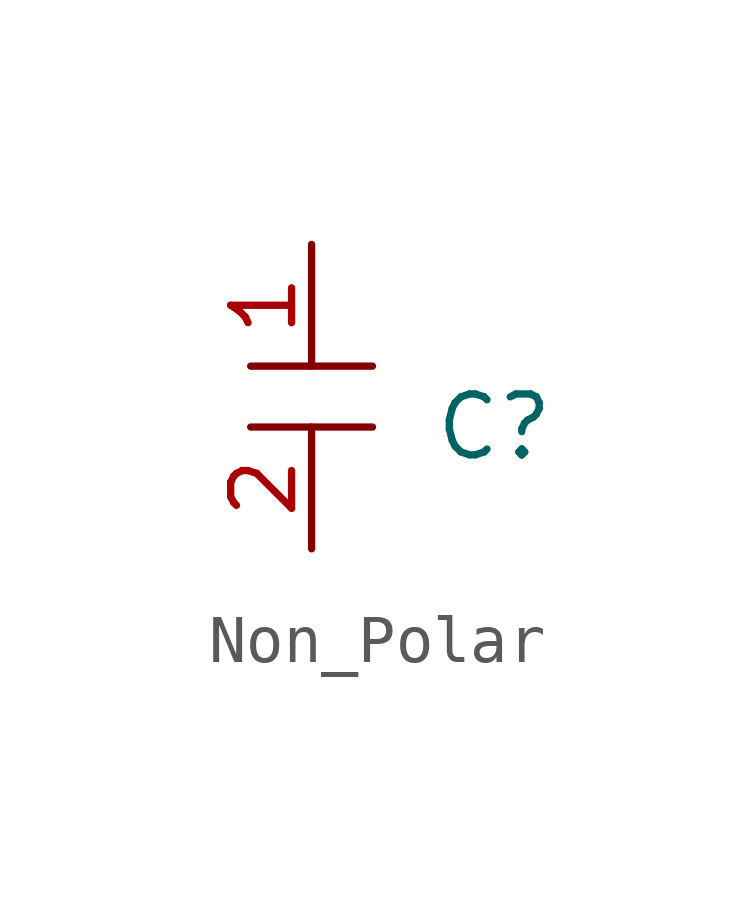
<source format=kicad_sym>
(kicad_symbol_lib
  (version 20211014)
  (generator kicad_symbol_editor)
  (symbol "Non_Polar"
    (property "Reference" "C"
      (at 3.81 0 0)
      (effects (font (size 1.27 1.27))))
    (symbol "Non_Polar_0_1"
      (polyline (pts (xy -1.27 0) (xy 1.27 0)) (stroke (width 0) (type default) (color 0 0 0 0)) (fill (type none)))
      (polyline (pts (xy -1.27 1.27) (xy 1.27 1.27)) (stroke (width 0) (type default) (color 0 0 0 0)) (fill (type none))))
    (symbol "Non_Polar_1_1"
      (pin passive line (at 0 3.81 270) (length 2.54) (name "" (effects (font (size 1.27 1.27)))) (number "1" (effects (font (size 1.27 1.27)))))
      (pin passive line (at 0 -2.54 90) (length 2.54) (name "" (effects (font (size 1.27 1.27)))) (number "2" (effects (font (size 1.27 1.27))))))))
</source>
